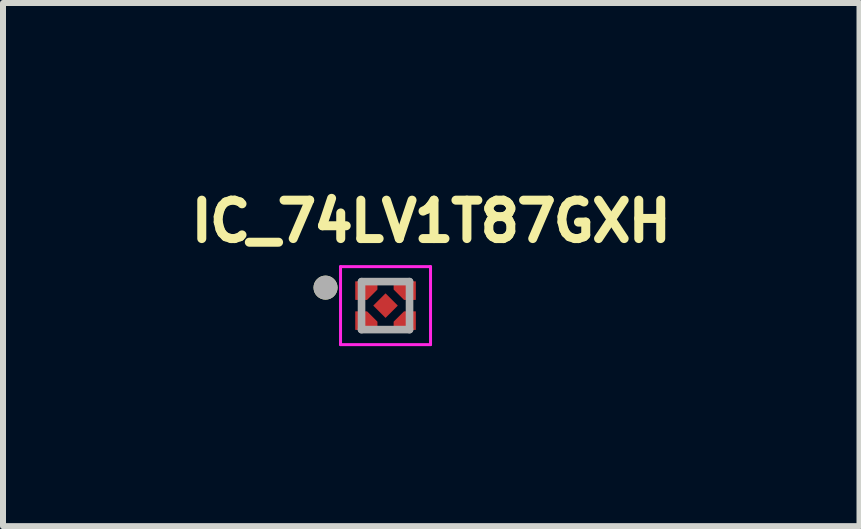
<source format=kicad_pcb>
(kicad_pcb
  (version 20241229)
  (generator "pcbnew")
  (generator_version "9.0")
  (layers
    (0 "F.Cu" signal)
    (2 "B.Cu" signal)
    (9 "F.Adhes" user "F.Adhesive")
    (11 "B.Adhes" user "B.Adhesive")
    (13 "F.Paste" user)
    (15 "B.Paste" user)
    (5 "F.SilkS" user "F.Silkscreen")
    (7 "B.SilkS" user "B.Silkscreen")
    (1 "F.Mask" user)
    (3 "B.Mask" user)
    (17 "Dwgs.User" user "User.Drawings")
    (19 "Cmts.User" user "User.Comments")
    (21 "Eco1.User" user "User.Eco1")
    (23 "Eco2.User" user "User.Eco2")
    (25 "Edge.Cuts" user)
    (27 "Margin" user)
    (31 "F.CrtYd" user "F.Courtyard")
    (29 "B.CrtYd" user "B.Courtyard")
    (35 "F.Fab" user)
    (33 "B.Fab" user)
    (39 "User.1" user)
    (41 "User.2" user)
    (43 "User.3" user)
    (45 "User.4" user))
  (footprint "IC_74LV1T87GXH"
    (layer "F.Cu")
    (at 3.376 2.044)
    (property "Reference" "IC_74LV1T87GXH" (at 0.762 -1.406 0) (layer "F.SilkS") (effects (font (size 0.64 0.64) (thickness 0.15))))
    (attr smd)
    (fp_poly (pts (xy -0.198 0) (xy 0 0.198) (xy 0.198 0) (xy 0 -0.198)) (stroke (width 0.01) (type solid)) (fill yes) (layer "F.Mask"))
    (fp_poly (pts (xy -0.5 -0.1) (xy -0.31 -0.1) (xy -0.14 -0.27) (xy -0.14 -0.4) (xy -0.5 -0.4)) (stroke (width 0.01) (type solid)) (fill yes) (layer "F.Mask"))
    (fp_poly (pts (xy -0.5 0.4) (xy -0.14 0.4) (xy -0.14 0.27) (xy -0.31 0.1) (xy -0.5 0.1)) (stroke (width 0.01) (type solid)) (fill yes) (layer "F.Mask"))
    (fp_poly (pts (xy 0.5 -0.4) (xy 0.5 -0.1) (xy 0.31 -0.1) (xy 0.14 -0.27) (xy 0.14 -0.4)) (stroke (width 0.01) (type solid)) (fill yes) (layer "F.Mask"))
    (fp_poly (pts (xy 0.5 0.1) (xy 0.5 0.4) (xy 0.14 0.4) (xy 0.14 0.27) (xy 0.31 0.1)) (stroke (width 0.01) (type solid)) (fill yes) (layer "F.Mask"))
    (fp_circle (center -1 -0.3) (end -0.9 -0.3) (stroke (width 0.2) (type solid)) (fill no) (layer "F.SilkS"))
    (fp_poly (pts (xy -0.198 0) (xy 0 0.198) (xy 0.198 0) (xy 0 -0.198)) (stroke (width 0.01) (type solid)) (fill yes) (layer "F.Paste"))
    (fp_poly (pts (xy -0.16 -0.264) (xy -0.304 -0.12) (xy -0.48 -0.12) (xy -0.48 -0.38) (xy -0.16 -0.38)) (stroke (width 0.01) (type solid)) (fill yes) (layer "F.Paste"))
    (fp_poly (pts (xy -0.16 0.264) (xy -0.16 0.38) (xy -0.48 0.38) (xy -0.48 0.12) (xy -0.304 0.12)) (stroke (width 0.01) (type solid)) (fill yes) (layer "F.Paste"))
    (fp_poly (pts (xy 0.304 -0.12) (xy 0.48 -0.12) (xy 0.48 -0.38) (xy 0.16 -0.38) (xy 0.16 -0.264)) (stroke (width 0.01) (type solid)) (fill yes) (layer "F.Paste"))
    (fp_poly (pts (xy 0.48 0.12) (xy 0.48 0.38) (xy 0.16 0.38) (xy 0.16 0.264) (xy 0.304 0.12)) (stroke (width 0.01) (type solid)) (fill yes) (layer "F.Paste"))
    (fp_line (start -0.75 -0.65) (end 0.75 -0.65) (stroke (width 0.05) (type solid)) (layer "F.CrtYd"))
    (fp_line (start -0.75 0.65) (end -0.75 -0.65) (stroke (width 0.05) (type solid)) (layer "F.CrtYd"))
    (fp_line (start 0.75 -0.65) (end 0.75 0.65) (stroke (width 0.05) (type solid)) (layer "F.CrtYd"))
    (fp_line (start 0.75 0.65) (end -0.75 0.65) (stroke (width 0.05) (type solid)) (layer "F.CrtYd"))
    (fp_line (start -0.4 -0.4) (end 0.4 -0.4) (stroke (width 0.127) (type solid)) (layer "F.Fab"))
    (fp_line (start -0.4 0.4) (end -0.4 -0.4) (stroke (width 0.127) (type solid)) (layer "F.Fab"))
    (fp_line (start 0.4 -0.4) (end 0.4 0.4) (stroke (width 0.127) (type solid)) (layer "F.Fab"))
    (fp_line (start 0.4 0.4) (end -0.4 0.4) (stroke (width 0.127) (type solid)) (layer "F.Fab"))
    (fp_circle (center -1 -0.3) (end -0.9 -0.3) (stroke (width 0.2) (type solid)) (fill no) (layer "F.Fab"))
    (pad "1" smd custom (at -0.32 -0.25) (size 0.1 0.1) (layers "F.Cu") (options (anchor rect)) (primitives (gr_poly (pts (xy -0.18 0.15) (xy 0.01 0.15) (xy 0.18 -0.02) (xy 0.18 -0.15) (xy -0.18 -0.15)) (width 0.01) (fill yes))))
    (pad "2" smd custom (at -0.32 0.25) (size 0.1 0.1) (layers "F.Cu") (options (anchor rect)) (primitives (gr_poly (pts (xy -0.18 0.15) (xy 0.18 0.15) (xy 0.18 0.02) (xy 0.01 -0.15) (xy -0.18 -0.15)) (width 0.01) (fill yes))))
    (pad "3" smd custom (at 0 0) (size 0.1 0.1) (layers "F.Cu") (options (anchor rect)) (primitives (gr_poly (pts (xy -0.198 0) (xy 0 0.198) (xy 0.198 0) (xy 0 -0.198)) (width 0.01) (fill yes))))
    (pad "4" smd custom (at 0.32 0.25) (size 0.1 0.1) (layers "F.Cu") (options (anchor rect)) (primitives (gr_poly (pts (xy 0.18 -0.15) (xy 0.18 0.15) (xy -0.18 0.15) (xy -0.18 0.02) (xy -0.01 -0.15)) (width 0.01) (fill yes))))
    (pad "5" smd custom (at 0.32 -0.25) (size 0.1 0.1) (layers "F.Cu") (options (anchor rect)) (primitives (gr_poly (pts (xy 0.18 -0.15) (xy 0.18 0.15) (xy -0.01 0.15) (xy -0.18 -0.02) (xy -0.18 -0.15)) (width 0.01) (fill yes)))))
  (gr_rect
    (start -3 -3)
    (end 11.276 5.719)
    (stroke (width 0.1) (type default))
    (fill no)
    (layer "Edge.Cuts")))
</source>
